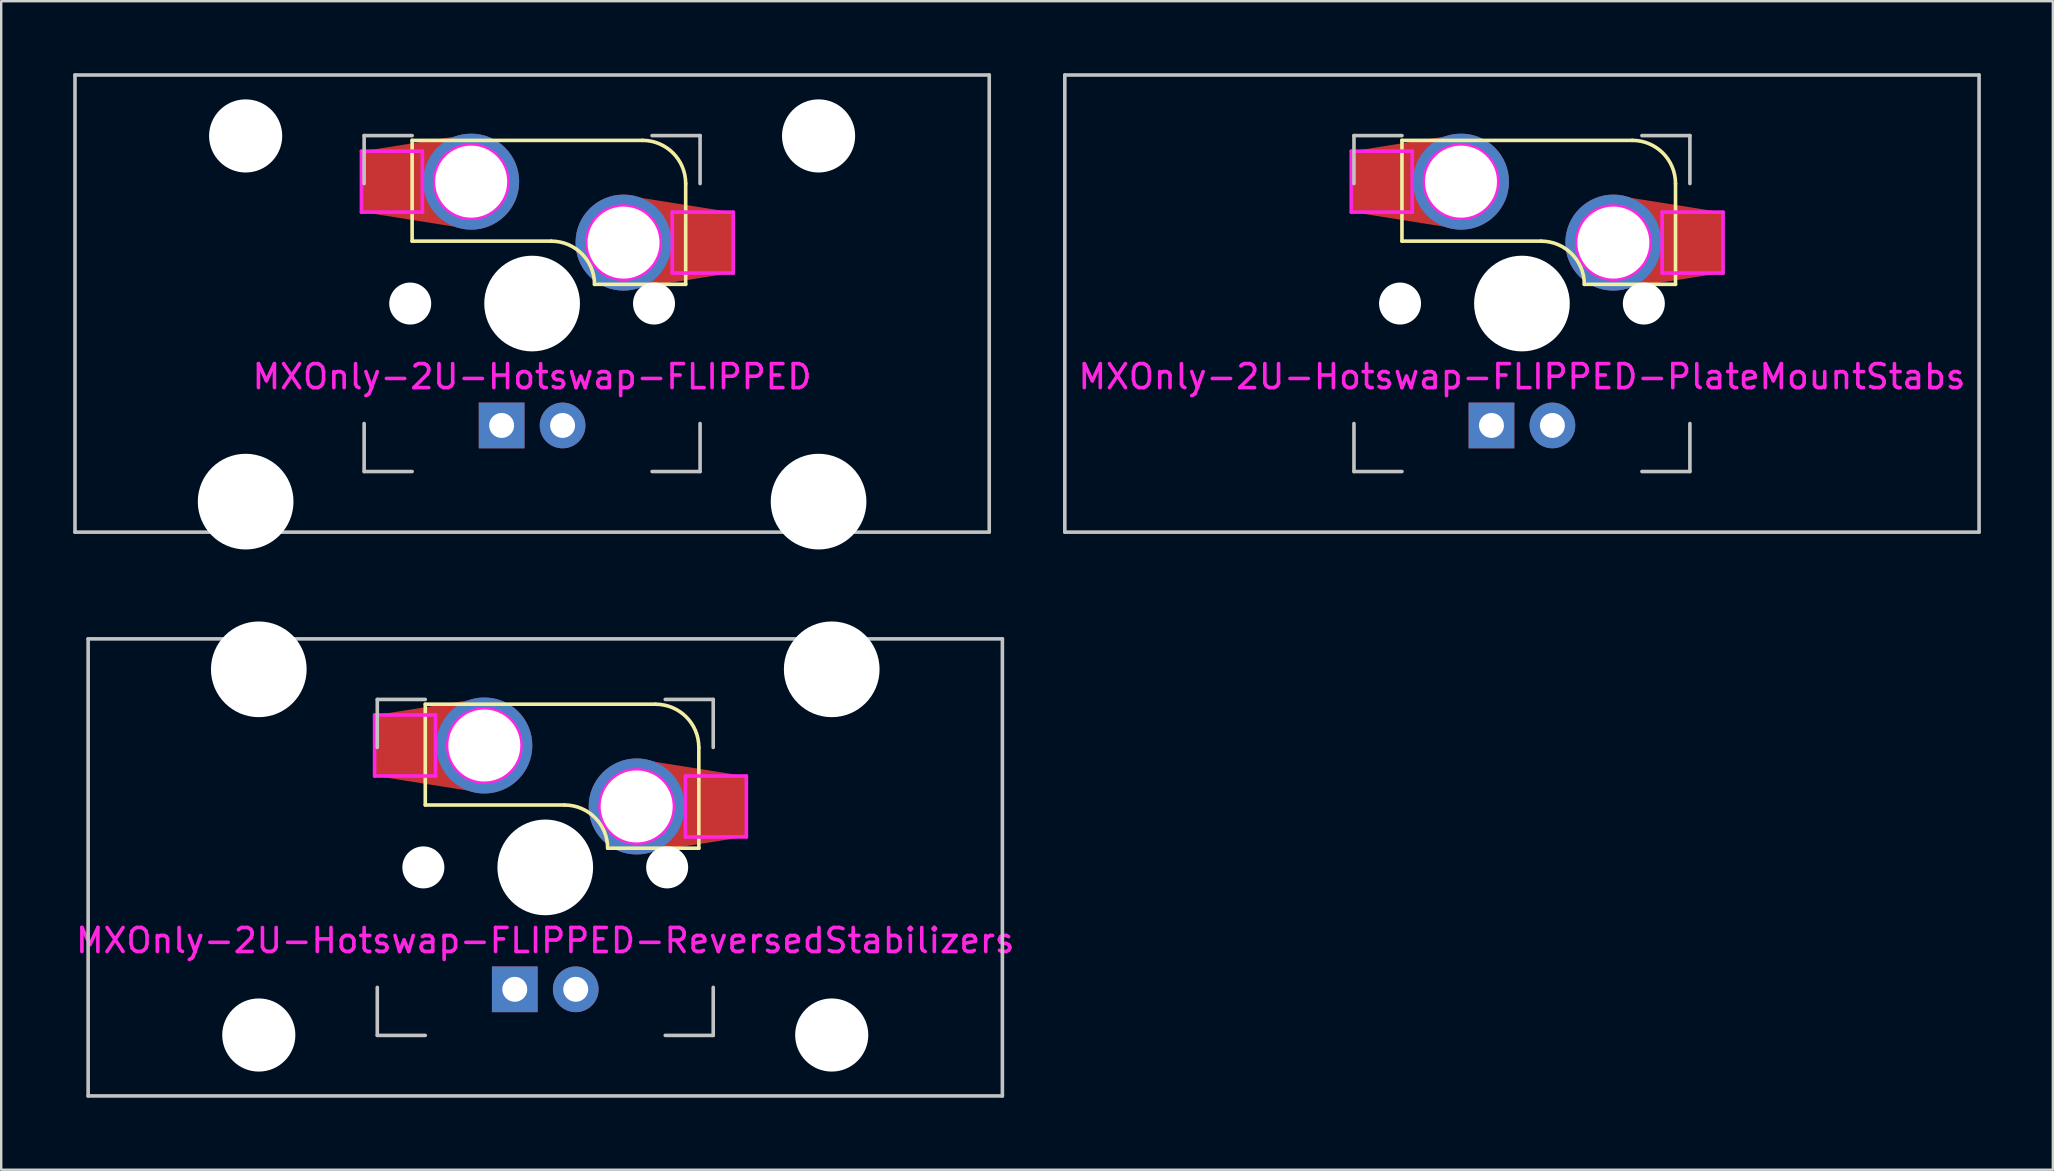
<source format=kicad_pcb>
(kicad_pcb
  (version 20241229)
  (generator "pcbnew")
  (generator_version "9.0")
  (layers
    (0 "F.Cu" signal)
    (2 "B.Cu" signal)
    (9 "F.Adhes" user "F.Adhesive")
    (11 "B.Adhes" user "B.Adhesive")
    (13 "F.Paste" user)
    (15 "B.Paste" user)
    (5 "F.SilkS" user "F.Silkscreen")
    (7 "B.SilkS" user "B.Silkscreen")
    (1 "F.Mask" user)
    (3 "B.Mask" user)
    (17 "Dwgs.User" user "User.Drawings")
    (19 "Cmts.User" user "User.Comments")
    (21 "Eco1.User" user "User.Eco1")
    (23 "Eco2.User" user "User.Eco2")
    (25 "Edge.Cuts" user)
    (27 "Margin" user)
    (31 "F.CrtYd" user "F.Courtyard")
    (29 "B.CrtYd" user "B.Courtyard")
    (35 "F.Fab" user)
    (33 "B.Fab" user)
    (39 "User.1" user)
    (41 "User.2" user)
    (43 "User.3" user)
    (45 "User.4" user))
  (footprint "MXOnly-2U-Hotswap-FLIPPED"
    (layer "F.Cu")
    (at 19.125 9.6)
    (property "Reference" "MXOnly-2U-Hotswap-FLIPPED" (at 0 3.048 180) (layer "F.CrtYd") (effects (font (size 1 1) (thickness 0.15))))
    (attr smd)
    (fp_line (start -5 -6.8) (end 4.6 -6.8) (stroke (width 0.15) (type solid)) (layer "F.SilkS"))
    (fp_line (start -5 -2.6) (end -5 -6.8) (stroke (width 0.15) (type solid)) (layer "F.SilkS"))
    (fp_line (start 0.8 -2.6) (end -5 -2.6) (stroke (width 0.15) (type solid)) (layer "F.SilkS"))
    (fp_line (start 6.4 -5) (end 6.4 -0.8) (stroke (width 0.15) (type solid)) (layer "F.SilkS"))
    (fp_line (start 6.4 -0.8) (end 2.6 -0.8) (stroke (width 0.15) (type solid)) (layer "F.SilkS"))
    (fp_arc (start 0.8 -2.6) (mid 2.072792 -2.072792) (end 2.6 -0.8) (stroke (width 0.15) (type solid)) (layer "F.SilkS"))
    (fp_arc (start 4.6 -6.8) (mid 5.872792 -6.272792) (end 6.4 -5) (stroke (width 0.15) (type solid)) (layer "F.SilkS"))
    (fp_poly (pts (xy -5.08 -3.493) (xy -7.112 -3.81) (xy -7.112 -6.35) (xy -5.08 -6.668)) (stroke (width 0.1) (type solid)) (fill yes) (layer "F.Paste"))
    (fp_poly (pts (xy 6.477 -4.064) (xy 8.509 -3.747) (xy 8.509 -1.206) (xy 6.477 -0.889)) (stroke (width 0.1) (type solid)) (fill yes) (layer "F.Paste"))
    (fp_line (start -19.05 -9.525) (end 19.05 -9.525) (stroke (width 0.15) (type solid)) (layer "Dwgs.User"))
    (fp_line (start -19.05 9.525) (end -19.05 -9.525) (stroke (width 0.15) (type solid)) (layer "Dwgs.User"))
    (fp_line (start -7 -7) (end -7 -5) (stroke (width 0.15) (type solid)) (layer "Dwgs.User"))
    (fp_line (start -7 7) (end -7 5) (stroke (width 0.15) (type solid)) (layer "Dwgs.User"))
    (fp_line (start -5 -7) (end -7 -7) (stroke (width 0.15) (type solid)) (layer "Dwgs.User"))
    (fp_line (start -5 7) (end -7 7) (stroke (width 0.15) (type solid)) (layer "Dwgs.User"))
    (fp_line (start 5 -7) (end 7 -7) (stroke (width 0.15) (type solid)) (layer "Dwgs.User"))
    (fp_line (start 7 -7) (end 7 -5) (stroke (width 0.15) (type solid)) (layer "Dwgs.User"))
    (fp_line (start 7 5) (end 7 7) (stroke (width 0.15) (type solid)) (layer "Dwgs.User"))
    (fp_line (start 7 7) (end 5 7) (stroke (width 0.15) (type solid)) (layer "Dwgs.User"))
    (fp_line (start 19.05 -9.525) (end 19.05 9.525) (stroke (width 0.15) (type solid)) (layer "Dwgs.User"))
    (fp_line (start 19.05 9.525) (end -19.05 9.525) (stroke (width 0.15) (type solid)) (layer "Dwgs.User"))
    (fp_line (start -7.112 -6.35) (end -7.112 -3.81) (stroke (width 0.15) (type solid)) (layer "F.CrtYd"))
    (fp_line (start -7.112 -3.81) (end -4.572 -3.81) (stroke (width 0.15) (type solid)) (layer "F.CrtYd"))
    (fp_line (start -4.572 -6.35) (end -7.112 -6.35) (stroke (width 0.15) (type solid)) (layer "F.CrtYd"))
    (fp_line (start -4.572 -3.81) (end -4.572 -6.35) (stroke (width 0.15) (type solid)) (layer "F.CrtYd"))
    (fp_line (start 5.842 -3.81) (end 5.842 -1.27) (stroke (width 0.15) (type solid)) (layer "F.CrtYd"))
    (fp_line (start 5.842 -1.27) (end 8.382 -1.27) (stroke (width 0.15) (type solid)) (layer "F.CrtYd"))
    (fp_line (start 8.382 -3.81) (end 5.842 -3.81) (stroke (width 0.15) (type solid)) (layer "F.CrtYd"))
    (fp_line (start 8.382 -1.27) (end 8.382 -3.81) (stroke (width 0.15) (type solid)) (layer "F.CrtYd"))
    (fp_circle (center -2.54 -5.08) (end -2.54 -6.604) (stroke (width 0.15) (type solid)) (fill no) (layer "F.CrtYd"))
    (fp_circle (center 3.81 -2.54) (end 3.81 -4.064) (stroke (width 0.15) (type solid)) (fill no) (layer "F.CrtYd"))
    (pad "" np_thru_hole circle (at -11.938 -6.985) (size 3.048 3.048) (drill 3.048) (layers "*.Cu" "*.Mask"))
    (pad "" np_thru_hole circle (at -11.938 8.255) (size 3.988 3.988) (drill 3.988) (layers "*.Cu" "*.Mask"))
    (pad "" np_thru_hole circle (at -5.08 0 131.9) (size 1.75 1.75) (drill 1.75) (layers "*.Cu" "*.Mask"))
    (pad "" np_thru_hole circle (at 0 0 180) (size 3.988 3.988) (drill 3.988) (layers "*.Cu" "*.Mask"))
    (pad "" np_thru_hole circle (at 5.08 0 131.9) (size 1.75 1.75) (drill 1.75) (layers "*.Cu" "*.Mask"))
    (pad "" np_thru_hole circle (at 11.938 -6.985) (size 3.048 3.048) (drill 3.048) (layers "*.Cu" "*.Mask"))
    (pad "" np_thru_hole circle (at 11.938 8.255) (size 3.988 3.988) (drill 3.988) (layers "*.Cu" "*.Mask"))
    (pad "1" thru_hole circle (at 3.81 -2.54 180) (size 4 4) (drill 3) (layers "*.Cu" "F.Mask"))
    (pad "1" smd custom (at 7.085 -2.54 180) (size 2.55 2.5) (layers "F.Cu" "F.Mask") (options (anchor rect)) (primitives (gr_poly (pts (xy -1.195 1.219) (xy 3.275 1.93) (xy 3.275 -1.93) (xy -1.195 -1.219)) (width 0.1) (fill yes))))
    (pad "2" smd custom (at -5.841 -5.08 180) (size 2.55 2.5) (layers "F.Cu" "F.Mask") (options (anchor rect)) (primitives (gr_poly (pts (xy 1.219 -1.219) (xy -3.251 -1.93) (xy -3.251 1.93) (xy 1.219 1.219)) (width 0.1) (fill yes))))
    (pad "2" thru_hole circle (at -2.54 -5.08 180) (size 4 4) (drill 3) (layers "*.Cu" "F.Mask"))
    (pad "3" thru_hole circle (at 1.27 5.08) (size 1.905 1.905) (drill 1.04) (layers "*.Cu" "B.Mask"))
    (pad "4" thru_hole rect (at -1.27 5.08) (size 1.905 1.905) (drill 1.04) (layers "*.Cu" "B.Mask")))
  (footprint "MXOnly-2U-Hotswap-FLIPPED-ReversedStabilizers"
    (layer "F.Cu")
    (at 19.673 33.098)
    (property "Reference" "MXOnly-2U-Hotswap-FLIPPED-ReversedStabilizers" (at 0 3.048 180) (layer "F.CrtYd") (effects (font (size 1 1) (thickness 0.15))))
    (attr smd)
    (fp_line (start -5 -6.8) (end 4.6 -6.8) (stroke (width 0.15) (type solid)) (layer "F.SilkS"))
    (fp_line (start -5 -2.6) (end -5 -6.8) (stroke (width 0.15) (type solid)) (layer "F.SilkS"))
    (fp_line (start 0.8 -2.6) (end -5 -2.6) (stroke (width 0.15) (type solid)) (layer "F.SilkS"))
    (fp_line (start 6.4 -5) (end 6.4 -0.8) (stroke (width 0.15) (type solid)) (layer "F.SilkS"))
    (fp_line (start 6.4 -0.8) (end 2.6 -0.8) (stroke (width 0.15) (type solid)) (layer "F.SilkS"))
    (fp_arc (start 0.8 -2.6) (mid 2.072792 -2.072792) (end 2.6 -0.8) (stroke (width 0.15) (type solid)) (layer "F.SilkS"))
    (fp_arc (start 4.6 -6.8) (mid 5.872792 -6.272792) (end 6.4 -5) (stroke (width 0.15) (type solid)) (layer "F.SilkS"))
    (fp_poly (pts (xy -5.08 -3.493) (xy -7.112 -3.81) (xy -7.112 -6.35) (xy -5.08 -6.668)) (stroke (width 0.1) (type solid)) (fill yes) (layer "F.Paste"))
    (fp_poly (pts (xy 6.477 -4.064) (xy 8.509 -3.747) (xy 8.509 -1.206) (xy 6.477 -0.889)) (stroke (width 0.1) (type solid)) (fill yes) (layer "F.Paste"))
    (fp_line (start -19.05 -9.525) (end 19.05 -9.525) (stroke (width 0.15) (type solid)) (layer "Dwgs.User"))
    (fp_line (start -19.05 9.525) (end -19.05 -9.525) (stroke (width 0.15) (type solid)) (layer "Dwgs.User"))
    (fp_line (start -7 -7) (end -7 -5) (stroke (width 0.15) (type solid)) (layer "Dwgs.User"))
    (fp_line (start -7 7) (end -7 5) (stroke (width 0.15) (type solid)) (layer "Dwgs.User"))
    (fp_line (start -5 -7) (end -7 -7) (stroke (width 0.15) (type solid)) (layer "Dwgs.User"))
    (fp_line (start -5 7) (end -7 7) (stroke (width 0.15) (type solid)) (layer "Dwgs.User"))
    (fp_line (start 5 -7) (end 7 -7) (stroke (width 0.15) (type solid)) (layer "Dwgs.User"))
    (fp_line (start 7 -7) (end 7 -5) (stroke (width 0.15) (type solid)) (layer "Dwgs.User"))
    (fp_line (start 7 5) (end 7 7) (stroke (width 0.15) (type solid)) (layer "Dwgs.User"))
    (fp_line (start 7 7) (end 5 7) (stroke (width 0.15) (type solid)) (layer "Dwgs.User"))
    (fp_line (start 19.05 -9.525) (end 19.05 9.525) (stroke (width 0.15) (type solid)) (layer "Dwgs.User"))
    (fp_line (start 19.05 9.525) (end -19.05 9.525) (stroke (width 0.15) (type solid)) (layer "Dwgs.User"))
    (fp_line (start -7.112 -6.35) (end -7.112 -3.81) (stroke (width 0.15) (type solid)) (layer "F.CrtYd"))
    (fp_line (start -7.112 -3.81) (end -4.572 -3.81) (stroke (width 0.15) (type solid)) (layer "F.CrtYd"))
    (fp_line (start -4.572 -6.35) (end -7.112 -6.35) (stroke (width 0.15) (type solid)) (layer "F.CrtYd"))
    (fp_line (start -4.572 -3.81) (end -4.572 -6.35) (stroke (width 0.15) (type solid)) (layer "F.CrtYd"))
    (fp_line (start 5.842 -3.81) (end 5.842 -1.27) (stroke (width 0.15) (type solid)) (layer "F.CrtYd"))
    (fp_line (start 5.842 -1.27) (end 8.382 -1.27) (stroke (width 0.15) (type solid)) (layer "F.CrtYd"))
    (fp_line (start 8.382 -3.81) (end 5.842 -3.81) (stroke (width 0.15) (type solid)) (layer "F.CrtYd"))
    (fp_line (start 8.382 -1.27) (end 8.382 -3.81) (stroke (width 0.15) (type solid)) (layer "F.CrtYd"))
    (fp_circle (center -2.54 -5.08) (end -2.54 -6.604) (stroke (width 0.15) (type solid)) (fill no) (layer "F.CrtYd"))
    (fp_circle (center 3.81 -2.54) (end 3.81 -4.064) (stroke (width 0.15) (type solid)) (fill no) (layer "F.CrtYd"))
    (pad "" np_thru_hole circle (at -11.938 -8.255) (size 3.988 3.988) (drill 3.988) (layers "*.Cu" "*.Mask"))
    (pad "" np_thru_hole circle (at -11.938 6.985) (size 3.048 3.048) (drill 3.048) (layers "*.Cu" "*.Mask"))
    (pad "" np_thru_hole circle (at -5.08 0 131.9) (size 1.75 1.75) (drill 1.75) (layers "*.Cu" "*.Mask"))
    (pad "" np_thru_hole circle (at 0 0 180) (size 3.988 3.988) (drill 3.988) (layers "*.Cu" "*.Mask"))
    (pad "" np_thru_hole circle (at 5.08 0 131.9) (size 1.75 1.75) (drill 1.75) (layers "*.Cu" "*.Mask"))
    (pad "" np_thru_hole circle (at 11.938 -8.255) (size 3.988 3.988) (drill 3.988) (layers "*.Cu" "*.Mask"))
    (pad "" np_thru_hole circle (at 11.938 6.985) (size 3.048 3.048) (drill 3.048) (layers "*.Cu" "*.Mask"))
    (pad "1" thru_hole circle (at 3.81 -2.54 180) (size 4 4) (drill 3) (layers "*.Cu" "F.Mask"))
    (pad "1" smd custom (at 7.085 -2.54 180) (size 2.55 2.5) (layers "F.Cu" "F.Mask") (options (anchor rect)) (primitives (gr_poly (pts (xy -1.195 1.219) (xy 3.275 1.93) (xy 3.275 -1.93) (xy -1.195 -1.219)) (width 0.1) (fill yes))))
    (pad "2" smd custom (at -5.841 -5.08 180) (size 2.55 2.5) (layers "F.Cu" "F.Mask") (options (anchor rect)) (primitives (gr_poly (pts (xy 1.219 -1.219) (xy -3.251 -1.93) (xy -3.251 1.93) (xy 1.219 1.219)) (width 0.1) (fill yes))))
    (pad "2" thru_hole circle (at -2.54 -5.08 180) (size 4 4) (drill 3) (layers "*.Cu" "F.Mask"))
    (pad "3" thru_hole circle (at 1.27 5.08) (size 1.905 1.905) (drill 1.04) (layers "*.Cu" "F.Mask"))
    (pad "4" thru_hole rect (at -1.27 5.08) (size 1.905 1.905) (drill 1.04) (layers "*.Cu" "F.Mask")))
  (footprint "MXOnly-2U-Hotswap-FLIPPED-PlateMountStabs"
    (layer "F.Cu")
    (at 60.375 9.6)
    (property "Reference" "MXOnly-2U-Hotswap-FLIPPED-PlateMountStabs" (at 0 3.048 180) (layer "F.CrtYd") (effects (font (size 1 1) (thickness 0.15))))
    (attr smd)
    (fp_line (start -5 -6.8) (end 4.6 -6.8) (stroke (width 0.15) (type solid)) (layer "F.SilkS"))
    (fp_line (start -5 -2.6) (end -5 -6.8) (stroke (width 0.15) (type solid)) (layer "F.SilkS"))
    (fp_line (start 0.8 -2.6) (end -5 -2.6) (stroke (width 0.15) (type solid)) (layer "F.SilkS"))
    (fp_line (start 6.4 -5) (end 6.4 -0.8) (stroke (width 0.15) (type solid)) (layer "F.SilkS"))
    (fp_line (start 6.4 -0.8) (end 2.6 -0.8) (stroke (width 0.15) (type solid)) (layer "F.SilkS"))
    (fp_arc (start 0.8 -2.6) (mid 2.072792 -2.072792) (end 2.6 -0.8) (stroke (width 0.15) (type solid)) (layer "F.SilkS"))
    (fp_arc (start 4.6 -6.8) (mid 5.872792 -6.272792) (end 6.4 -5) (stroke (width 0.15) (type solid)) (layer "F.SilkS"))
    (fp_poly (pts (xy -5.08 -3.493) (xy -7.112 -3.81) (xy -7.112 -6.35) (xy -5.08 -6.668)) (stroke (width 0.1) (type solid)) (fill yes) (layer "F.Paste"))
    (fp_poly (pts (xy 6.477 -4.064) (xy 8.509 -3.747) (xy 8.509 -1.206) (xy 6.477 -0.889)) (stroke (width 0.1) (type solid)) (fill yes) (layer "F.Paste"))
    (fp_line (start -19.05 -9.525) (end 19.05 -9.525) (stroke (width 0.15) (type solid)) (layer "Dwgs.User"))
    (fp_line (start -19.05 9.525) (end -19.05 -9.525) (stroke (width 0.15) (type solid)) (layer "Dwgs.User"))
    (fp_line (start -7 -7) (end -7 -5) (stroke (width 0.15) (type solid)) (layer "Dwgs.User"))
    (fp_line (start -7 7) (end -7 5) (stroke (width 0.15) (type solid)) (layer "Dwgs.User"))
    (fp_line (start -5 -7) (end -7 -7) (stroke (width 0.15) (type solid)) (layer "Dwgs.User"))
    (fp_line (start -5 7) (end -7 7) (stroke (width 0.15) (type solid)) (layer "Dwgs.User"))
    (fp_line (start 5 -7) (end 7 -7) (stroke (width 0.15) (type solid)) (layer "Dwgs.User"))
    (fp_line (start 7 -7) (end 7 -5) (stroke (width 0.15) (type solid)) (layer "Dwgs.User"))
    (fp_line (start 7 5) (end 7 7) (stroke (width 0.15) (type solid)) (layer "Dwgs.User"))
    (fp_line (start 7 7) (end 5 7) (stroke (width 0.15) (type solid)) (layer "Dwgs.User"))
    (fp_line (start 19.05 -9.525) (end 19.05 9.525) (stroke (width 0.15) (type solid)) (layer "Dwgs.User"))
    (fp_line (start 19.05 9.525) (end -19.05 9.525) (stroke (width 0.15) (type solid)) (layer "Dwgs.User"))
    (fp_line (start -7.112 -6.35) (end -7.112 -3.81) (stroke (width 0.15) (type solid)) (layer "F.CrtYd"))
    (fp_line (start -7.112 -3.81) (end -4.572 -3.81) (stroke (width 0.15) (type solid)) (layer "F.CrtYd"))
    (fp_line (start -4.572 -6.35) (end -7.112 -6.35) (stroke (width 0.15) (type solid)) (layer "F.CrtYd"))
    (fp_line (start -4.572 -3.81) (end -4.572 -6.35) (stroke (width 0.15) (type solid)) (layer "F.CrtYd"))
    (fp_line (start 5.842 -3.81) (end 5.842 -1.27) (stroke (width 0.15) (type solid)) (layer "F.CrtYd"))
    (fp_line (start 5.842 -1.27) (end 8.382 -1.27) (stroke (width 0.15) (type solid)) (layer "F.CrtYd"))
    (fp_line (start 8.382 -3.81) (end 5.842 -3.81) (stroke (width 0.15) (type solid)) (layer "F.CrtYd"))
    (fp_line (start 8.382 -1.27) (end 8.382 -3.81) (stroke (width 0.15) (type solid)) (layer "F.CrtYd"))
    (fp_circle (center -2.54 -5.08) (end -2.54 -6.604) (stroke (width 0.15) (type solid)) (fill no) (layer "F.CrtYd"))
    (fp_circle (center 3.81 -2.54) (end 3.81 -4.064) (stroke (width 0.15) (type solid)) (fill no) (layer "F.CrtYd"))
    (pad "" np_thru_hole circle (at -5.08 0 131.9) (size 1.75 1.75) (drill 1.75) (layers "*.Cu" "*.Mask"))
    (pad "" np_thru_hole circle (at 0 0 180) (size 3.988 3.988) (drill 3.988) (layers "*.Cu" "*.Mask"))
    (pad "" np_thru_hole circle (at 5.08 0 131.9) (size 1.75 1.75) (drill 1.75) (layers "*.Cu" "*.Mask"))
    (pad "1" thru_hole circle (at 3.81 -2.54 180) (size 4 4) (drill 3) (layers "*.Cu" "F.Mask"))
    (pad "1" smd custom (at 7.085 -2.54 180) (size 2.55 2.5) (layers "F.Cu" "F.Mask") (options (anchor rect)) (primitives (gr_poly (pts (xy -1.195 1.219) (xy 3.275 1.93) (xy 3.275 -1.93) (xy -1.195 -1.219)) (width 0.1) (fill yes))))
    (pad "2" smd custom (at -5.841 -5.08 180) (size 2.55 2.5) (layers "F.Cu" "F.Mask") (options (anchor rect)) (primitives (gr_poly (pts (xy 1.219 -1.219) (xy -3.251 -1.93) (xy -3.251 1.93) (xy 1.219 1.219)) (width 0.1) (fill yes))))
    (pad "2" thru_hole circle (at -2.54 -5.08 180) (size 4 4) (drill 3) (layers "*.Cu" "F.Mask"))
    (pad "3" thru_hole circle (at 1.27 5.08) (size 1.905 1.905) (drill 1.04) (layers "*.Cu" "F.Mask"))
    (pad "4" thru_hole rect (at -1.27 5.08) (size 1.905 1.905) (drill 1.04) (layers "*.Cu" "F.Mask")))
  (gr_rect
    (start -3 -3)
    (end 82.5 45.698)
    (stroke (width 0.1) (type default))
    (fill no)
    (layer "Edge.Cuts")))
</source>
